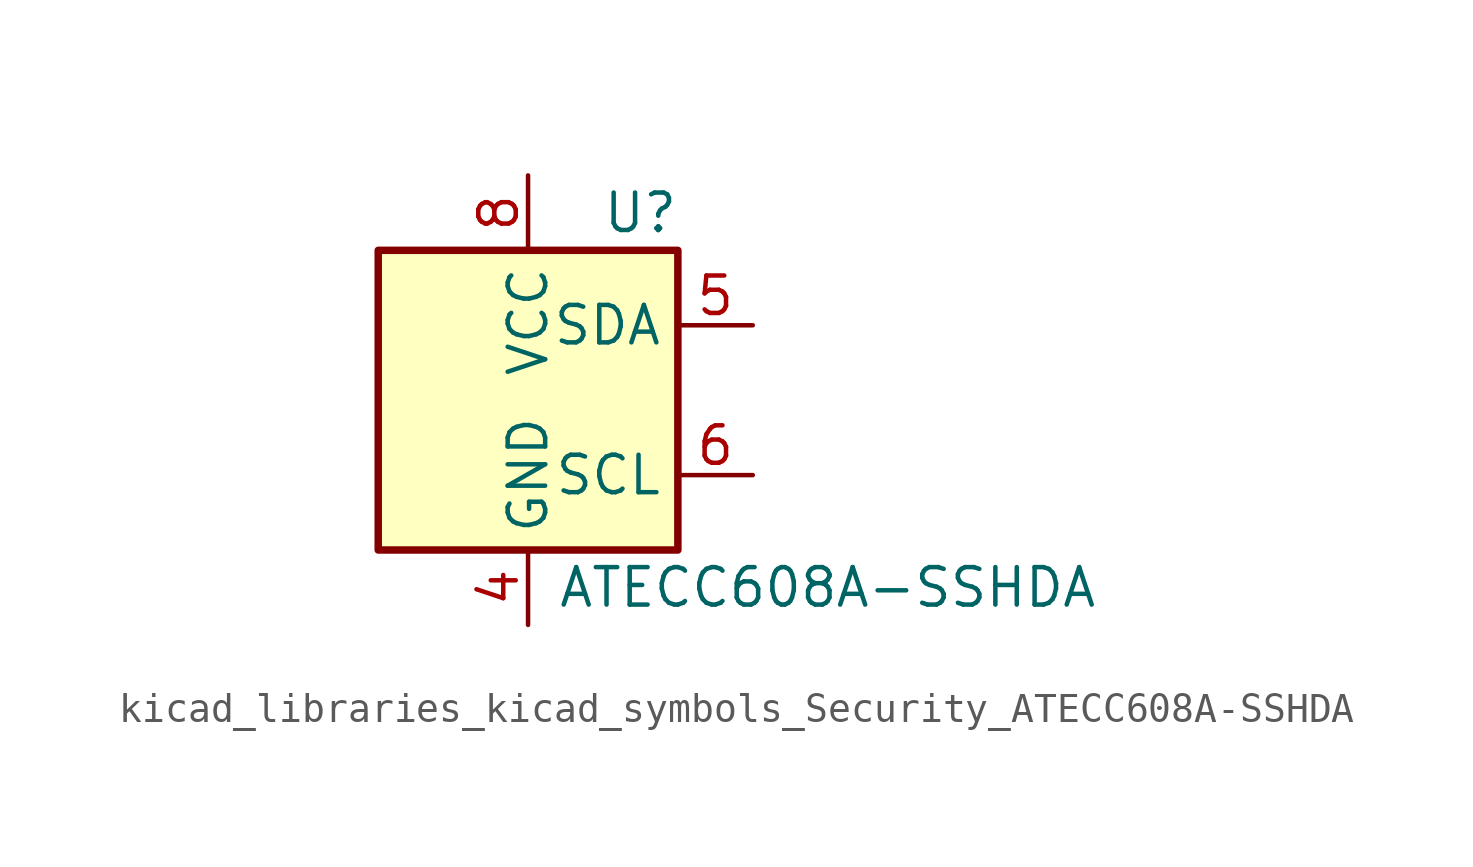
<source format=kicad_sym>
(kicad_symbol_lib
  (version 20220914)
  (generator kicad_symbol_editor)
  (symbol "kicad_libraries_kicad_symbols_Security_ATECC608A-SSHDA"
    (property "Reference" "U"
      (at 3.81 6.35 0)
      (effects (font (size 1.27 1.27))))
    (property "Value" "ATECC608A-SSHDA"
      (at 10.16 -6.35 0)
      (effects (font (size 1.27 1.27))))
    (symbol "kicad_libraries_kicad_symbols_Security_ATECC608A-SSHDA_0_1"
      (rectangle (start -5.08 5.08) (end 5.08 -5.08) (stroke (width 0.254) (type default)) (fill (type background))))
    (symbol "kicad_libraries_kicad_symbols_Security_ATECC608A-SSHDA_1_1"
      (pin no_connect line (at -5.08 2.54 0) (length 2.54) hide (name "NC" (effects (font (size 1.27 1.27)))) (number "1" (effects (font (size 1.27 1.27)))))
      (pin no_connect line (at -5.08 0 0) (length 2.54) hide (name "NC" (effects (font (size 1.27 1.27)))) (number "2" (effects (font (size 1.27 1.27)))))
      (pin no_connect line (at -5.08 -2.54 0) (length 2.54) hide (name "NC" (effects (font (size 1.27 1.27)))) (number "3" (effects (font (size 1.27 1.27)))))
      (pin power_in line (at 0 -7.62 90) (length 2.54) (name "GND" (effects (font (size 1.27 1.27)))) (number "4" (effects (font (size 1.27 1.27)))))
      (pin bidirectional line (at 7.62 2.54 180) (length 2.54) (name "SDA" (effects (font (size 1.27 1.27)))) (number "5" (effects (font (size 1.27 1.27)))))
      (pin input line (at 7.62 -2.54 180) (length 2.54) (name "SCL" (effects (font (size 1.27 1.27)))) (number "6" (effects (font (size 1.27 1.27)))))
      (pin no_connect line (at 5.08 0 180) (length 2.54) hide (name "NC" (effects (font (size 1.27 1.27)))) (number "7" (effects (font (size 1.27 1.27)))))
      (pin power_in line (at 0 7.62 270) (length 2.54) (name "VCC" (effects (font (size 1.27 1.27)))) (number "8" (effects (font (size 1.27 1.27))))))))
</source>
